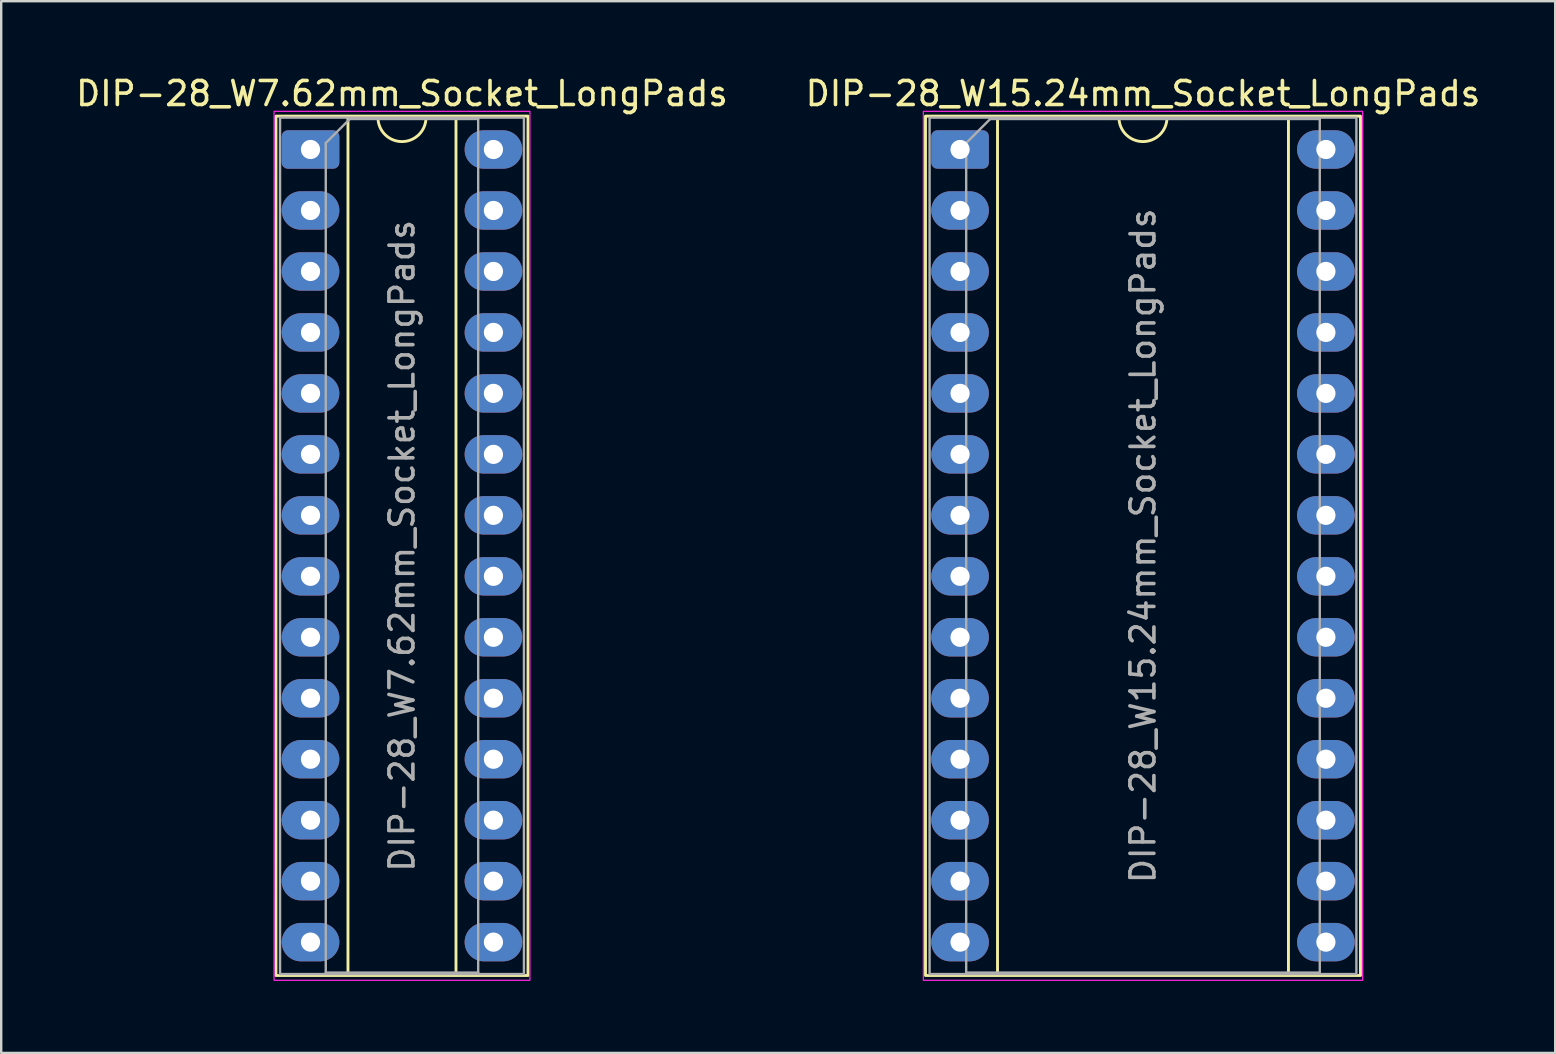
<source format=kicad_pcb>
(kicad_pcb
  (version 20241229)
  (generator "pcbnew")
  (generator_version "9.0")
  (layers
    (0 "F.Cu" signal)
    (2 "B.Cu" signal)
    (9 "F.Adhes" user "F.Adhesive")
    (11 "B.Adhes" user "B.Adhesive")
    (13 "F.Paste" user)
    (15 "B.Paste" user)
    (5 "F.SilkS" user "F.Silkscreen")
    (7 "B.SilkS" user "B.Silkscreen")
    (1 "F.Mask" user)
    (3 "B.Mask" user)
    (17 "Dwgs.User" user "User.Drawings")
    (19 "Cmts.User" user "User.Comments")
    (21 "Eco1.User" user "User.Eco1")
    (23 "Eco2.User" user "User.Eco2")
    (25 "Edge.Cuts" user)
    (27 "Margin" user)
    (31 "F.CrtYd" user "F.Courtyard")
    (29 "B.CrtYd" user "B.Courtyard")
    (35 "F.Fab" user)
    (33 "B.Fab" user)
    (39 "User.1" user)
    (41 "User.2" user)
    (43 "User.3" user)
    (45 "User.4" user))
  (footprint "DIP-28_W15.24mm_Socket_LongPads"
    (layer "F.Cu")
    (at 36.945 3.178)
    (property "Reference" "DIP-28_W15.24mm_Socket_LongPads" (at 7.62 -2.33 0) (layer "F.SilkS") (effects (font (size 1 1) (thickness 0.15))))
    (attr through_hole)
    (fp_line (start 1.56 -1.33) (end 1.56 34.35) (stroke (width 0.12) (type solid)) (layer "F.SilkS"))
    (fp_line (start 1.56 34.35) (end 13.68 34.35) (stroke (width 0.12) (type solid)) (layer "F.SilkS"))
    (fp_line (start 6.62 -1.33) (end 1.56 -1.33) (stroke (width 0.12) (type solid)) (layer "F.SilkS"))
    (fp_line (start 13.68 -1.33) (end 8.62 -1.33) (stroke (width 0.12) (type solid)) (layer "F.SilkS"))
    (fp_line (start 13.68 34.35) (end 13.68 -1.33) (stroke (width 0.12) (type solid)) (layer "F.SilkS"))
    (fp_rect (start -1.44 -1.39) (end 16.68 34.41) (stroke (width 0.12) (type solid)) (fill no) (layer "F.SilkS"))
    (fp_arc (start 8.62 -1.33) (mid 7.62 -0.33) (end 6.62 -1.33) (stroke (width 0.12) (type solid)) (layer "F.SilkS"))
    (fp_rect (start -1.53 -1.59) (end 16.77 34.61) (stroke (width 0.05) (type solid)) (fill no) (layer "F.CrtYd"))
    (fp_line (start 0.255 -0.27) (end 1.255 -1.27) (stroke (width 0.1) (type solid)) (layer "F.Fab"))
    (fp_line (start 0.255 34.29) (end 0.255 -0.27) (stroke (width 0.1) (type solid)) (layer "F.Fab"))
    (fp_line (start 1.255 -1.27) (end 14.985 -1.27) (stroke (width 0.1) (type solid)) (layer "F.Fab"))
    (fp_line (start 14.985 -1.27) (end 14.985 34.29) (stroke (width 0.1) (type solid)) (layer "F.Fab"))
    (fp_line (start 14.985 34.29) (end 0.255 34.29) (stroke (width 0.1) (type solid)) (layer "F.Fab"))
    (fp_rect (start -1.27 -1.33) (end 16.51 34.35) (stroke (width 0.1) (type solid)) (fill no) (layer "F.Fab"))
    (fp_text user "${REFERENCE}" (at 7.62 16.51 90) (layer "F.Fab") (effects (font (size 1 1) (thickness 0.15))))
    (pad "1" thru_hole roundrect (at 0 0) (size 2.4 1.6) (drill 0.8) (layers "*.Cu" "*.Mask") (roundrect_rratio 0.156))
    (pad "2" thru_hole oval (at 0 2.54) (size 2.4 1.6) (drill 0.8) (layers "*.Cu" "*.Mask"))
    (pad "3" thru_hole oval (at 0 5.08) (size 2.4 1.6) (drill 0.8) (layers "*.Cu" "*.Mask"))
    (pad "4" thru_hole oval (at 0 7.62) (size 2.4 1.6) (drill 0.8) (layers "*.Cu" "*.Mask"))
    (pad "5" thru_hole oval (at 0 10.16) (size 2.4 1.6) (drill 0.8) (layers "*.Cu" "*.Mask"))
    (pad "6" thru_hole oval (at 0 12.7) (size 2.4 1.6) (drill 0.8) (layers "*.Cu" "*.Mask"))
    (pad "7" thru_hole oval (at 0 15.24) (size 2.4 1.6) (drill 0.8) (layers "*.Cu" "*.Mask"))
    (pad "8" thru_hole oval (at 0 17.78) (size 2.4 1.6) (drill 0.8) (layers "*.Cu" "*.Mask"))
    (pad "9" thru_hole oval (at 0 20.32) (size 2.4 1.6) (drill 0.8) (layers "*.Cu" "*.Mask"))
    (pad "10" thru_hole oval (at 0 22.86) (size 2.4 1.6) (drill 0.8) (layers "*.Cu" "*.Mask"))
    (pad "11" thru_hole oval (at 0 25.4) (size 2.4 1.6) (drill 0.8) (layers "*.Cu" "*.Mask"))
    (pad "12" thru_hole oval (at 0 27.94) (size 2.4 1.6) (drill 0.8) (layers "*.Cu" "*.Mask"))
    (pad "13" thru_hole oval (at 0 30.48) (size 2.4 1.6) (drill 0.8) (layers "*.Cu" "*.Mask"))
    (pad "14" thru_hole oval (at 0 33.02) (size 2.4 1.6) (drill 0.8) (layers "*.Cu" "*.Mask"))
    (pad "15" thru_hole oval (at 15.24 33.02) (size 2.4 1.6) (drill 0.8) (layers "*.Cu" "*.Mask"))
    (pad "16" thru_hole oval (at 15.24 30.48) (size 2.4 1.6) (drill 0.8) (layers "*.Cu" "*.Mask"))
    (pad "17" thru_hole oval (at 15.24 27.94) (size 2.4 1.6) (drill 0.8) (layers "*.Cu" "*.Mask"))
    (pad "18" thru_hole oval (at 15.24 25.4) (size 2.4 1.6) (drill 0.8) (layers "*.Cu" "*.Mask"))
    (pad "19" thru_hole oval (at 15.24 22.86) (size 2.4 1.6) (drill 0.8) (layers "*.Cu" "*.Mask"))
    (pad "20" thru_hole oval (at 15.24 20.32) (size 2.4 1.6) (drill 0.8) (layers "*.Cu" "*.Mask"))
    (pad "21" thru_hole oval (at 15.24 17.78) (size 2.4 1.6) (drill 0.8) (layers "*.Cu" "*.Mask"))
    (pad "22" thru_hole oval (at 15.24 15.24) (size 2.4 1.6) (drill 0.8) (layers "*.Cu" "*.Mask"))
    (pad "23" thru_hole oval (at 15.24 12.7) (size 2.4 1.6) (drill 0.8) (layers "*.Cu" "*.Mask"))
    (pad "24" thru_hole oval (at 15.24 10.16) (size 2.4 1.6) (drill 0.8) (layers "*.Cu" "*.Mask"))
    (pad "25" thru_hole oval (at 15.24 7.62) (size 2.4 1.6) (drill 0.8) (layers "*.Cu" "*.Mask"))
    (pad "26" thru_hole oval (at 15.24 5.08) (size 2.4 1.6) (drill 0.8) (layers "*.Cu" "*.Mask"))
    (pad "27" thru_hole oval (at 15.24 2.54) (size 2.4 1.6) (drill 0.8) (layers "*.Cu" "*.Mask"))
    (pad "28" thru_hole oval (at 15.24 0) (size 2.4 1.6) (drill 0.8) (layers "*.Cu" "*.Mask")))
  (footprint "DIP-28_W7.62mm_Socket_LongPads"
    (layer "F.Cu")
    (at 9.886 3.178)
    (property "Reference" "DIP-28_W7.62mm_Socket_LongPads" (at 3.81 -2.33 0) (layer "F.SilkS") (effects (font (size 1 1) (thickness 0.15))))
    (attr through_hole)
    (fp_line (start 1.56 -1.33) (end 1.56 34.35) (stroke (width 0.12) (type solid)) (layer "F.SilkS"))
    (fp_line (start 1.56 34.35) (end 6.06 34.35) (stroke (width 0.12) (type solid)) (layer "F.SilkS"))
    (fp_line (start 2.81 -1.33) (end 1.56 -1.33) (stroke (width 0.12) (type solid)) (layer "F.SilkS"))
    (fp_line (start 6.06 -1.33) (end 4.81 -1.33) (stroke (width 0.12) (type solid)) (layer "F.SilkS"))
    (fp_line (start 6.06 34.35) (end 6.06 -1.33) (stroke (width 0.12) (type solid)) (layer "F.SilkS"))
    (fp_rect (start -1.44 -1.39) (end 9.06 34.41) (stroke (width 0.12) (type solid)) (fill no) (layer "F.SilkS"))
    (fp_arc (start 4.81 -1.33) (mid 3.81 -0.33) (end 2.81 -1.33) (stroke (width 0.12) (type solid)) (layer "F.SilkS"))
    (fp_rect (start -1.52 -1.59) (end 9.14 34.61) (stroke (width 0.05) (type solid)) (fill no) (layer "F.CrtYd"))
    (fp_line (start 0.635 -0.27) (end 1.635 -1.27) (stroke (width 0.1) (type solid)) (layer "F.Fab"))
    (fp_line (start 0.635 34.29) (end 0.635 -0.27) (stroke (width 0.1) (type solid)) (layer "F.Fab"))
    (fp_line (start 1.635 -1.27) (end 6.985 -1.27) (stroke (width 0.1) (type solid)) (layer "F.Fab"))
    (fp_line (start 6.985 -1.27) (end 6.985 34.29) (stroke (width 0.1) (type solid)) (layer "F.Fab"))
    (fp_line (start 6.985 34.29) (end 0.635 34.29) (stroke (width 0.1) (type solid)) (layer "F.Fab"))
    (fp_rect (start -1.27 -1.33) (end 8.89 34.35) (stroke (width 0.1) (type solid)) (fill no) (layer "F.Fab"))
    (fp_text user "${REFERENCE}" (at 3.81 16.51 90) (layer "F.Fab") (effects (font (size 1 1) (thickness 0.15))))
    (pad "1" thru_hole roundrect (at 0 0 180) (size 2.4 1.6) (drill 0.8) (layers "*.Cu" "*.Mask") (roundrect_rratio 0.156))
    (pad "2" thru_hole oval (at 0 2.54 180) (size 2.4 1.6) (drill 0.8) (layers "*.Cu" "*.Mask"))
    (pad "3" thru_hole oval (at 0 5.08 180) (size 2.4 1.6) (drill 0.8) (layers "*.Cu" "*.Mask"))
    (pad "4" thru_hole oval (at 0 7.62 180) (size 2.4 1.6) (drill 0.8) (layers "*.Cu" "*.Mask"))
    (pad "5" thru_hole oval (at 0 10.16 180) (size 2.4 1.6) (drill 0.8) (layers "*.Cu" "*.Mask"))
    (pad "6" thru_hole oval (at 0 12.7 180) (size 2.4 1.6) (drill 0.8) (layers "*.Cu" "*.Mask"))
    (pad "7" thru_hole oval (at 0 15.24 180) (size 2.4 1.6) (drill 0.8) (layers "*.Cu" "*.Mask"))
    (pad "8" thru_hole oval (at 0 17.78 180) (size 2.4 1.6) (drill 0.8) (layers "*.Cu" "*.Mask"))
    (pad "9" thru_hole oval (at 0 20.32 180) (size 2.4 1.6) (drill 0.8) (layers "*.Cu" "*.Mask"))
    (pad "10" thru_hole oval (at 0 22.86 180) (size 2.4 1.6) (drill 0.8) (layers "*.Cu" "*.Mask"))
    (pad "11" thru_hole oval (at 0 25.4 180) (size 2.4 1.6) (drill 0.8) (layers "*.Cu" "*.Mask"))
    (pad "12" thru_hole oval (at 0 27.94 180) (size 2.4 1.6) (drill 0.8) (layers "*.Cu" "*.Mask"))
    (pad "13" thru_hole oval (at 0 30.48 180) (size 2.4 1.6) (drill 0.8) (layers "*.Cu" "*.Mask"))
    (pad "14" thru_hole oval (at 0 33.02 180) (size 2.4 1.6) (drill 0.8) (layers "*.Cu" "*.Mask"))
    (pad "15" thru_hole oval (at 7.62 33.02 180) (size 2.4 1.6) (drill 0.8) (layers "*.Cu" "*.Mask"))
    (pad "16" thru_hole oval (at 7.62 30.48 180) (size 2.4 1.6) (drill 0.8) (layers "*.Cu" "*.Mask"))
    (pad "17" thru_hole oval (at 7.62 27.94 180) (size 2.4 1.6) (drill 0.8) (layers "*.Cu" "*.Mask"))
    (pad "18" thru_hole oval (at 7.62 25.4 180) (size 2.4 1.6) (drill 0.8) (layers "*.Cu" "*.Mask"))
    (pad "19" thru_hole oval (at 7.62 22.86 180) (size 2.4 1.6) (drill 0.8) (layers "*.Cu" "*.Mask"))
    (pad "20" thru_hole oval (at 7.62 20.32 180) (size 2.4 1.6) (drill 0.8) (layers "*.Cu" "*.Mask"))
    (pad "21" thru_hole oval (at 7.62 17.78 180) (size 2.4 1.6) (drill 0.8) (layers "*.Cu" "*.Mask"))
    (pad "22" thru_hole oval (at 7.62 15.24 180) (size 2.4 1.6) (drill 0.8) (layers "*.Cu" "*.Mask"))
    (pad "23" thru_hole oval (at 7.62 12.7 180) (size 2.4 1.6) (drill 0.8) (layers "*.Cu" "*.Mask"))
    (pad "24" thru_hole oval (at 7.62 10.16 180) (size 2.4 1.6) (drill 0.8) (layers "*.Cu" "*.Mask"))
    (pad "25" thru_hole oval (at 7.62 7.62 180) (size 2.4 1.6) (drill 0.8) (layers "*.Cu" "*.Mask"))
    (pad "26" thru_hole oval (at 7.62 5.08 180) (size 2.4 1.6) (drill 0.8) (layers "*.Cu" "*.Mask"))
    (pad "27" thru_hole oval (at 7.62 2.54 180) (size 2.4 1.6) (drill 0.8) (layers "*.Cu" "*.Mask"))
    (pad "28" thru_hole oval (at 7.62 0 180) (size 2.4 1.6) (drill 0.8) (layers "*.Cu" "*.Mask")))
  (gr_rect
    (start -3 -3)
    (end 61.738 40.813)
    (stroke (width 0.1) (type default))
    (fill no)
    (layer "Edge.Cuts")))
</source>
